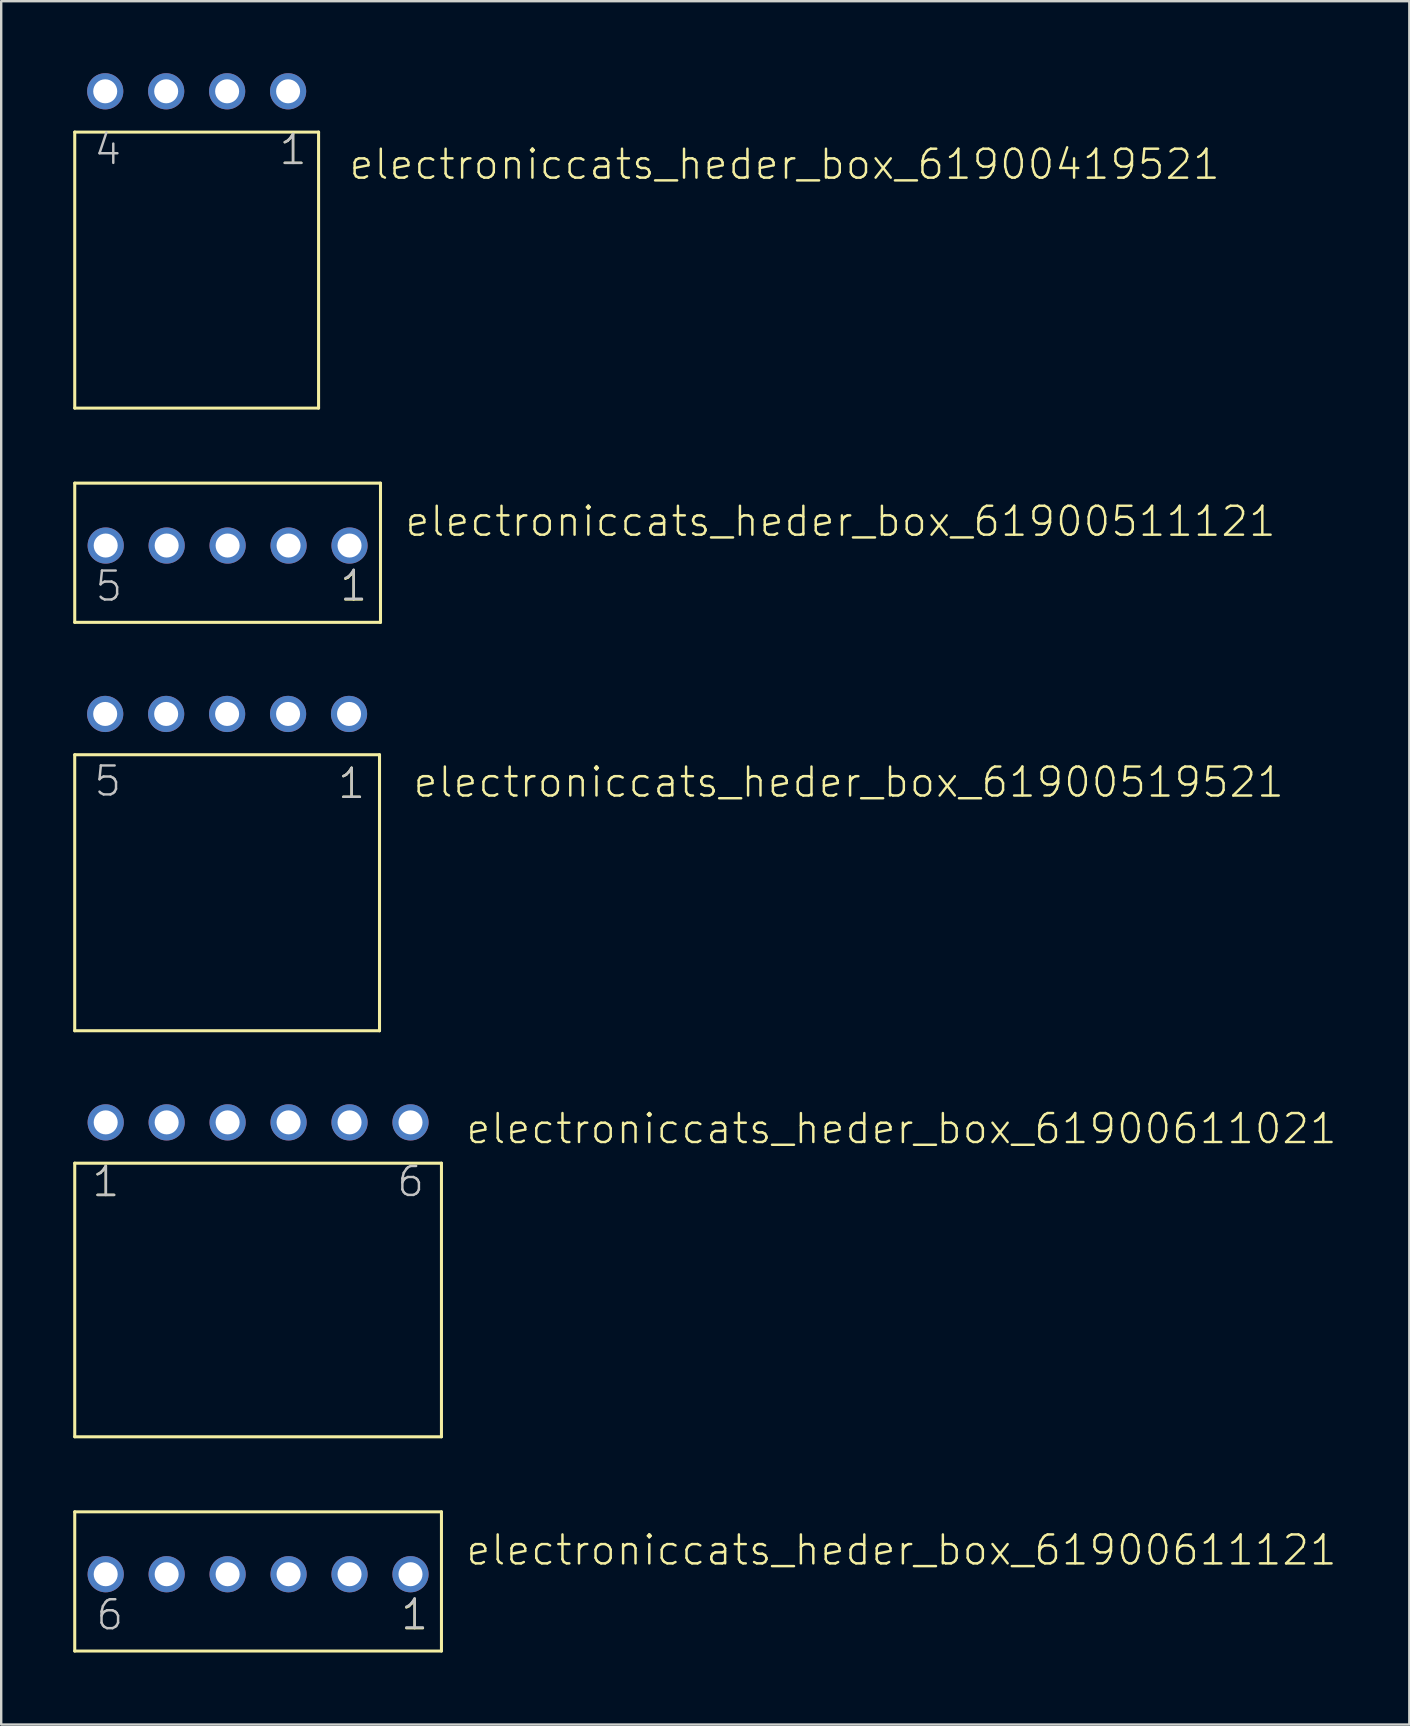
<source format=kicad_pcb>
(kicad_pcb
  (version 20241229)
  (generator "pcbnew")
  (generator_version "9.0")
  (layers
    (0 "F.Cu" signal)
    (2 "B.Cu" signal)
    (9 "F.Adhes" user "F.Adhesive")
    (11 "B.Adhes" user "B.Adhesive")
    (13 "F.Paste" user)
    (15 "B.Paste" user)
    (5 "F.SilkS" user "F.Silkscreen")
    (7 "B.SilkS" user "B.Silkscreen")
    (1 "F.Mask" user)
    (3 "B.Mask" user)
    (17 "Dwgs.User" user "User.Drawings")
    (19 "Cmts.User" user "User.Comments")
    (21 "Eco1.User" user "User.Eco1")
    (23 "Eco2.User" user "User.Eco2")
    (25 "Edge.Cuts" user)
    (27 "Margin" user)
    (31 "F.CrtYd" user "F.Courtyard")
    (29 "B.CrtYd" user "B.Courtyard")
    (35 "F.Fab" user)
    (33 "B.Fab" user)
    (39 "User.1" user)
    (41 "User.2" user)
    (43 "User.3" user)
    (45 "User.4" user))
  (footprint "electroniccats_heder_box_61900519521"
    (layer "F.Cu")
    (at 6.413 26.698)
    (property "Reference" "electroniccats_heder_box_61900519521" (at 7.685 3.55 0) (layer "F.SilkS") (effects (font (size 1.206 1.206) (thickness 0.102)) (justify left bottom)))
    (attr through_hole)
    (fp_line (start -6.35 1.7) (end 6.35 1.7) (stroke (width 0.127) (type solid)) (layer "F.SilkS"))
    (fp_line (start -6.35 13.2) (end -6.35 1.7) (stroke (width 0.127) (type solid)) (layer "F.SilkS"))
    (fp_line (start 6.35 1.7) (end 6.35 13.2) (stroke (width 0.127) (type solid)) (layer "F.SilkS"))
    (fp_line (start 6.35 13.2) (end -6.35 13.2) (stroke (width 0.127) (type solid)) (layer "F.SilkS"))
    (fp_text user "1" (at 4.545 3.605 0) (layer "F.SilkS") (effects (font (size 1.206 1.206) (thickness 0.102)) (justify left bottom)))
    (fp_text user "5" (at -5.615 3.505 0) (layer "Dwgs.User") (effects (font (size 1.206 1.206) (thickness 0.102)) (justify left bottom)))
    (fp_text user "1" (at 4.545 3.605 0) (layer "Dwgs.User") (effects (font (size 1.206 1.206) (thickness 0.102)) (justify left bottom)))
    (pad "1" thru_hole circle (at 5.08 0) (size 1.508 1.508) (drill 1) (layers "*.Cu" "*.Mask"))
    (pad "2" thru_hole circle (at 2.54 0) (size 1.508 1.508) (drill 1) (layers "*.Cu" "*.Mask"))
    (pad "3" thru_hole circle (at 0 0) (size 1.508 1.508) (drill 1) (layers "*.Cu" "*.Mask"))
    (pad "4" thru_hole circle (at -2.54 0) (size 1.508 1.508) (drill 1) (layers "*.Cu" "*.Mask"))
    (pad "5" thru_hole circle (at -5.08 0) (size 1.508 1.508) (drill 1) (layers "*.Cu" "*.Mask")))
  (footprint "electroniccats_heder_box_61900611021"
    (layer "F.Cu")
    (at 7.704 43.716)
    (property "Reference" "electroniccats_heder_box_61900611021" (at 8.595 0.97 0) (layer "F.SilkS") (effects (font (size 1.206 1.206) (thickness 0.102)) (justify left bottom)))
    (attr through_hole)
    (fp_line (start -7.64 1.7) (end 7.64 1.7) (stroke (width 0.127) (type solid)) (layer "F.SilkS"))
    (fp_line (start -7.64 13.1) (end -7.64 1.7) (stroke (width 0.127) (type solid)) (layer "F.SilkS"))
    (fp_line (start 7.64 1.7) (end 7.64 13.1) (stroke (width 0.127) (type solid)) (layer "F.SilkS"))
    (fp_line (start 7.64 13.1) (end -7.64 13.1) (stroke (width 0.127) (type solid)) (layer "F.SilkS"))
    (fp_text user "1" (at -6.985 3.175 0) (layer "F.SilkS") (effects (font (size 1.206 1.206) (thickness 0.102)) (justify left bottom)))
    (fp_text user "6" (at 5.715 3.175 0) (layer "Dwgs.User") (effects (font (size 1.206 1.206) (thickness 0.102)) (justify left bottom)))
    (fp_text user "1" (at -6.985 3.175 0) (layer "Dwgs.User") (effects (font (size 1.206 1.206) (thickness 0.102)) (justify left bottom)))
    (pad "1" thru_hole circle (at -6.35 0 180) (size 1.508 1.508) (drill 1) (layers "*.Cu" "*.Mask"))
    (pad "2" thru_hole circle (at -3.81 0 180) (size 1.508 1.508) (drill 1) (layers "*.Cu" "*.Mask"))
    (pad "3" thru_hole circle (at -1.27 0 180) (size 1.508 1.508) (drill 1) (layers "*.Cu" "*.Mask"))
    (pad "4" thru_hole circle (at 1.27 0 180) (size 1.508 1.508) (drill 1) (layers "*.Cu" "*.Mask"))
    (pad "5" thru_hole circle (at 3.81 0 180) (size 1.508 1.508) (drill 1) (layers "*.Cu" "*.Mask"))
    (pad "6" thru_hole circle (at 6.35 0 180) (size 1.508 1.508) (drill 1) (layers "*.Cu" "*.Mask")))
  (footprint "electroniccats_heder_box_61900611121"
    (layer "F.Cu")
    (at 7.704 62.543)
    (property "Reference" "electroniccats_heder_box_61900611121" (at 8.595 -0.3 0) (layer "F.SilkS") (effects (font (size 1.206 1.206) (thickness 0.102)) (justify left bottom)))
    (attr through_hole)
    (fp_line (start -7.64 -2.6) (end 7.64 -2.6) (stroke (width 0.127) (type solid)) (layer "F.SilkS"))
    (fp_line (start -7.64 3.2) (end -7.64 -2.6) (stroke (width 0.127) (type solid)) (layer "F.SilkS"))
    (fp_line (start 7.64 -2.6) (end 7.64 3.2) (stroke (width 0.127) (type solid)) (layer "F.SilkS"))
    (fp_line (start 7.64 3.2) (end -7.64 3.2) (stroke (width 0.127) (type solid)) (layer "F.SilkS"))
    (fp_text user "1" (at 5.88 2.4 0) (layer "F.SilkS") (effects (font (size 1.206 1.206) (thickness 0.102)) (justify left bottom)))
    (fp_text user "1" (at 5.88 2.37 0) (layer "Dwgs.User") (effects (font (size 1.206 1.206) (thickness 0.102)) (justify left bottom)))
    (fp_text user "6" (at -6.82 2.4 0) (layer "Dwgs.User") (effects (font (size 1.206 1.206) (thickness 0.102)) (justify left bottom)))
    (pad "1" thru_hole circle (at 6.35 0) (size 1.508 1.508) (drill 1) (layers "*.Cu" "*.Mask"))
    (pad "2" thru_hole circle (at 3.81 0) (size 1.508 1.508) (drill 1) (layers "*.Cu" "*.Mask"))
    (pad "3" thru_hole circle (at 1.27 0) (size 1.508 1.508) (drill 1) (layers "*.Cu" "*.Mask"))
    (pad "4" thru_hole circle (at -1.27 0) (size 1.508 1.508) (drill 1) (layers "*.Cu" "*.Mask"))
    (pad "5" thru_hole circle (at -3.81 0) (size 1.508 1.508) (drill 1) (layers "*.Cu" "*.Mask"))
    (pad "6" thru_hole circle (at -6.35 0) (size 1.508 1.508) (drill 1) (layers "*.Cu" "*.Mask")))
  (footprint "electroniccats_heder_box_61900419521"
    (layer "F.Cu")
    (at 5.144 0.754)
    (property "Reference" "electroniccats_heder_box_61900419521" (at 6.285 3.75 0) (layer "F.SilkS") (effects (font (size 1.206 1.206) (thickness 0.102)) (justify left bottom)))
    (attr through_hole)
    (fp_line (start -5.08 1.7) (end 5.08 1.7) (stroke (width 0.127) (type solid)) (layer "F.SilkS"))
    (fp_line (start -5.08 13.2) (end -5.08 1.7) (stroke (width 0.127) (type solid)) (layer "F.SilkS"))
    (fp_line (start 5.08 1.7) (end 5.08 13.2) (stroke (width 0.127) (type solid)) (layer "F.SilkS"))
    (fp_line (start 5.08 13.2) (end -5.08 13.2) (stroke (width 0.127) (type solid)) (layer "F.SilkS"))
    (fp_text user "1" (at 3.375 3.135 0) (layer "F.SilkS") (effects (font (size 1.206 1.206) (thickness 0.102)) (justify left bottom)))
    (fp_text user "1" (at 3.375 3.135 0) (layer "Dwgs.User") (effects (font (size 1.206 1.206) (thickness 0.102)) (justify left bottom)))
    (fp_text user "4" (at -4.345 3.135 0) (layer "Dwgs.User") (effects (font (size 1.206 1.206) (thickness 0.102)) (justify left bottom)))
    (pad "1" thru_hole circle (at 3.81 0) (size 1.508 1.508) (drill 1) (layers "*.Cu" "*.Mask"))
    (pad "2" thru_hole circle (at 1.27 0) (size 1.508 1.508) (drill 1) (layers "*.Cu" "*.Mask"))
    (pad "3" thru_hole circle (at -1.27 0) (size 1.508 1.508) (drill 1) (layers "*.Cu" "*.Mask"))
    (pad "4" thru_hole circle (at -3.81 0) (size 1.508 1.508) (drill 1) (layers "*.Cu" "*.Mask")))
  (footprint "electroniccats_heder_box_61900511121"
    (layer "F.Cu")
    (at 6.434 19.681)
    (property "Reference" "electroniccats_heder_box_61900511121" (at 7.325 -0.3 0) (layer "F.SilkS") (effects (font (size 1.206 1.206) (thickness 0.102)) (justify left bottom)))
    (attr through_hole)
    (fp_line (start -6.37 -2.6) (end 6.37 -2.6) (stroke (width 0.127) (type solid)) (layer "F.SilkS"))
    (fp_line (start -6.37 3.2) (end -6.37 -2.6) (stroke (width 0.127) (type solid)) (layer "F.SilkS"))
    (fp_line (start 6.37 -2.6) (end 6.37 3.2) (stroke (width 0.127) (type solid)) (layer "F.SilkS"))
    (fp_line (start 6.37 3.2) (end -6.37 3.2) (stroke (width 0.127) (type solid)) (layer "F.SilkS"))
    (fp_text user "1" (at 4.61 2.4 0) (layer "F.SilkS") (effects (font (size 1.206 1.206) (thickness 0.102)) (justify left bottom)))
    (fp_text user "5" (at -5.59 2.4 0) (layer "Dwgs.User") (effects (font (size 1.206 1.206) (thickness 0.102)) (justify left bottom)))
    (fp_text user "1" (at 4.61 2.37 0) (layer "Dwgs.User") (effects (font (size 1.206 1.206) (thickness 0.102)) (justify left bottom)))
    (pad "1" thru_hole circle (at 5.08 0) (size 1.508 1.508) (drill 1) (layers "*.Cu" "*.Mask"))
    (pad "2" thru_hole circle (at 2.54 0) (size 1.508 1.508) (drill 1) (layers "*.Cu" "*.Mask"))
    (pad "3" thru_hole circle (at 0 0) (size 1.508 1.508) (drill 1) (layers "*.Cu" "*.Mask"))
    (pad "4" thru_hole circle (at -2.54 0) (size 1.508 1.508) (drill 1) (layers "*.Cu" "*.Mask"))
    (pad "5" thru_hole circle (at -5.08 0) (size 1.508 1.508) (drill 1) (layers "*.Cu" "*.Mask")))
  (gr_rect
    (start -3 -3)
    (end 55.672 68.806)
    (stroke (width 0.1) (type default))
    (fill no)
    (layer "Edge.Cuts")))
</source>
